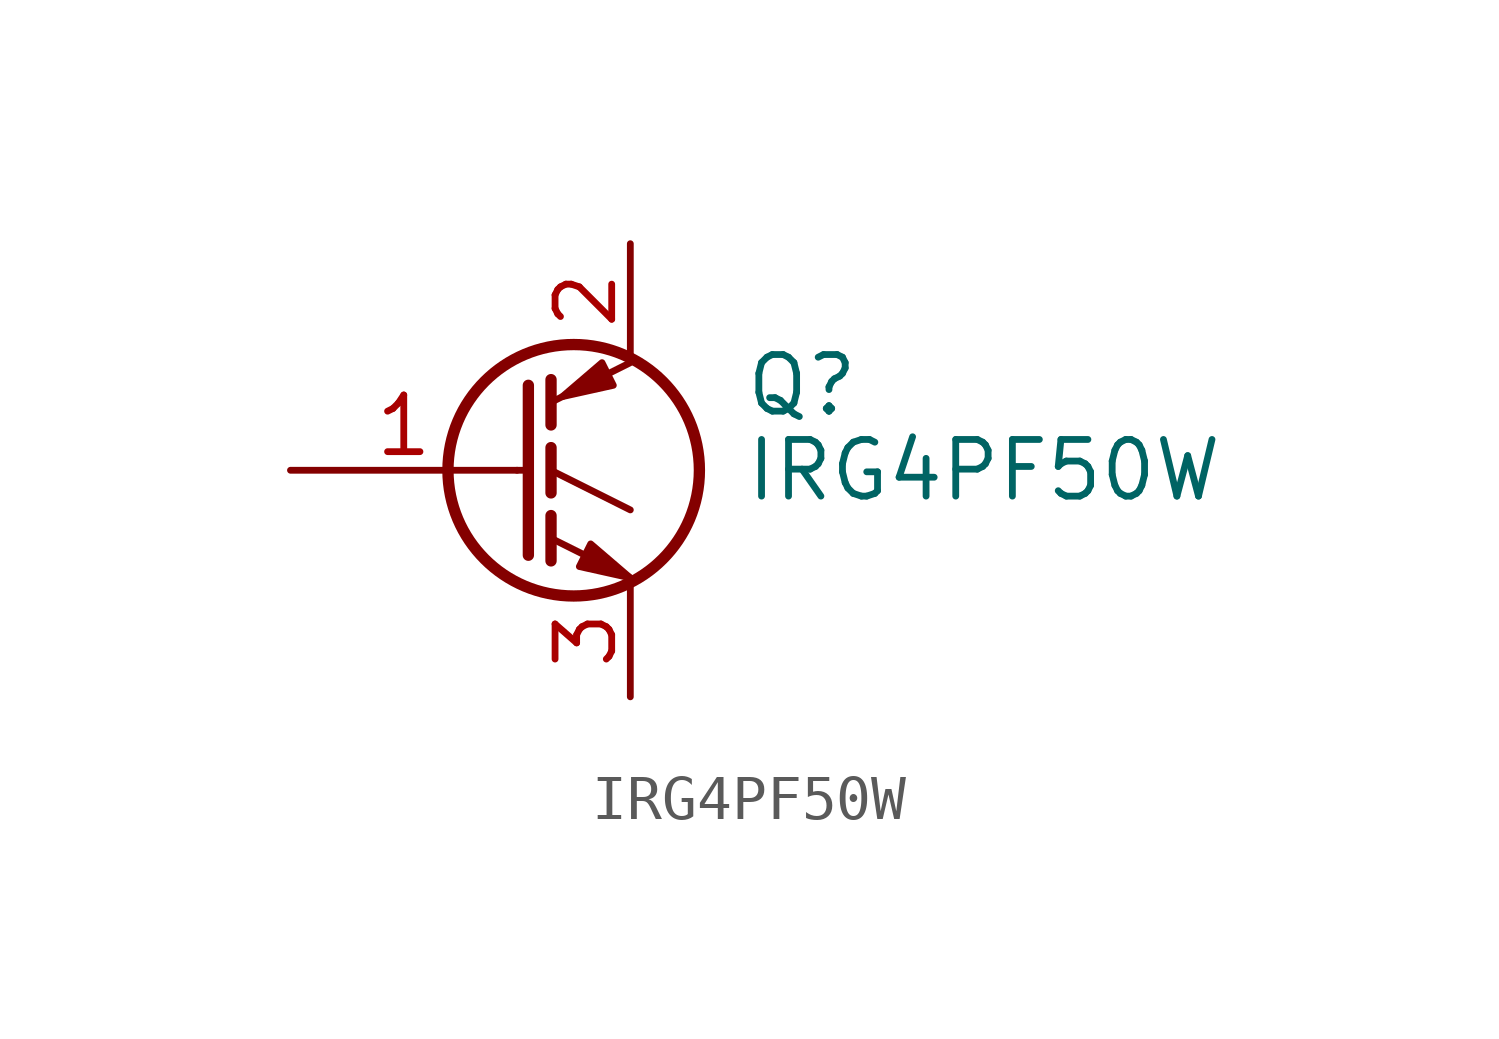
<source format=kicad_sym>
(kicad_symbol_lib
  (version 20231120)
  (generator "kicad_symbol_editor")
  (generator_version "8.0")
  (symbol "IRG4PF50W"
    (pin_names
      (offset 0) hide)
    (property "Reference" "Q"
      (at 5.08 1.905 0)
      (effects (font (size 1.27 1.27)) (justify left)))
    (property "Value" "IRG4PF50W"
      (at 5.08 0 0)
      (effects (font (size 1.27 1.27)) (justify left)))
    (symbol "IRG4PF50W_0_1"
      (polyline (pts (xy 0 0) (xy 0.254 0)) (stroke (width 0) (type default)) (fill (type none)))
      (polyline (pts (xy 0.762 -1.016) (xy 0.762 -2.032)) (stroke (width 0.254) (type default)) (fill (type none)))
      (polyline (pts (xy 0.762 0.508) (xy 0.762 -0.508)) (stroke (width 0.254) (type default)) (fill (type none)))
      (polyline (pts (xy 0.762 2.032) (xy 0.762 1.016)) (stroke (width 0.254) (type default)) (fill (type none)))
      (polyline (pts (xy 2.54 -2.413) (xy 0.762 -1.524)) (stroke (width 0) (type default)) (fill (type none)))
      (polyline (pts (xy 2.54 -0.889) (xy 0.762 0)) (stroke (width 0) (type default)) (fill (type none)))
      (polyline (pts (xy 2.54 2.413) (xy 0.762 1.524)) (stroke (width 0) (type default)) (fill (type none)))
      (polyline (pts (xy 0.254 1.905) (xy 0.254 -1.905) (xy 0.254 -1.905)) (stroke (width 0.254) (type default)) (fill (type none)))
      (polyline (pts (xy 1.397 -2.159) (xy 1.651 -1.651) (xy 2.54 -2.413) (xy 1.397 -2.159)) (stroke (width 0) (type default)) (fill (type outline)))
      (polyline (pts (xy 2.159 1.905) (xy 1.905 2.413) (xy 1.016 1.651) (xy 2.159 1.905)) (stroke (width 0) (type default)) (fill (type outline)))
      (circle (center 1.27 0) (radius 2.819) (stroke (width 0.254) (type default)) (fill (type none))))
    (symbol "IRG4PF50W_1_1"
      (pin input line (at -5.08 0 0) (length 5.08) (name "G" (effects (font (size 1.27 1.27)))) (number "1" (effects (font (size 1.27 1.27)))))
      (pin passive line (at 2.54 5.08 270) (length 2.54) (name "C" (effects (font (size 1.27 1.27)))) (number "2" (effects (font (size 1.27 1.27)))))
      (pin passive line (at 2.54 -5.08 90) (length 2.54) (name "E" (effects (font (size 1.27 1.27)))) (number "3" (effects (font (size 1.27 1.27))))))))
</source>
